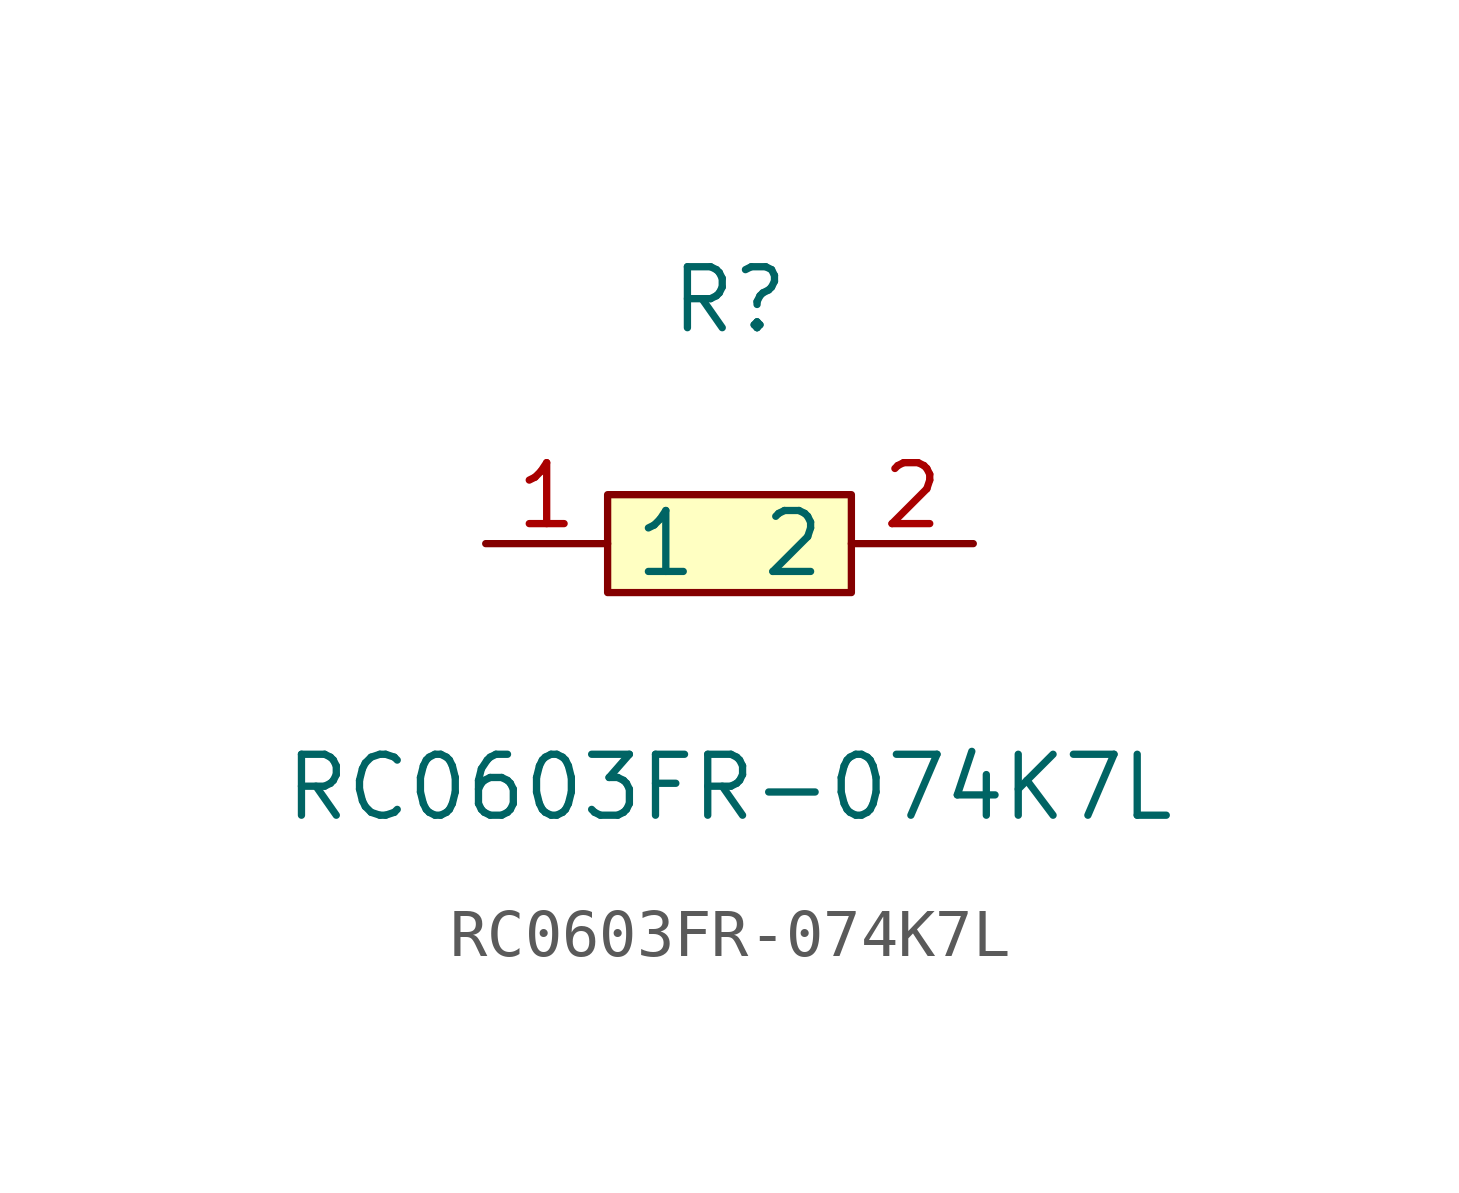
<source format=kicad_sym>
(kicad_symbol_lib
  (version 20211014)
  (generator https://github.com/uPesy/easyeda2kicad.py)
  (symbol "RC0603FR-074K7L"
    (property "Reference" "R"
      (at 0 5.08 0)
      (effects (font (size 1.27 1.27))))
    (property "Value" "RC0603FR-074K7L"
      (at 0 -5.08 0)
      (effects (font (size 1.27 1.27))))
    (symbol "RC0603FR-074K7L_0_1"
      (rectangle (start -2.54 1.02) (end 2.54 -1.02) (stroke (width 0) (type default) (color 0 0 0 0)) (fill (type background)))
      (pin input line (at 5.08 -0.00 180) (length 2.54) (name "2" (effects (font (size 1.27 1.27)))) (number "2" (effects (font (size 1.27 1.27)))))
      (pin input line (at -5.08 -0.00 0) (length 2.54) (name "1" (effects (font (size 1.27 1.27)))) (number "1" (effects (font (size 1.27 1.27))))))))
</source>
